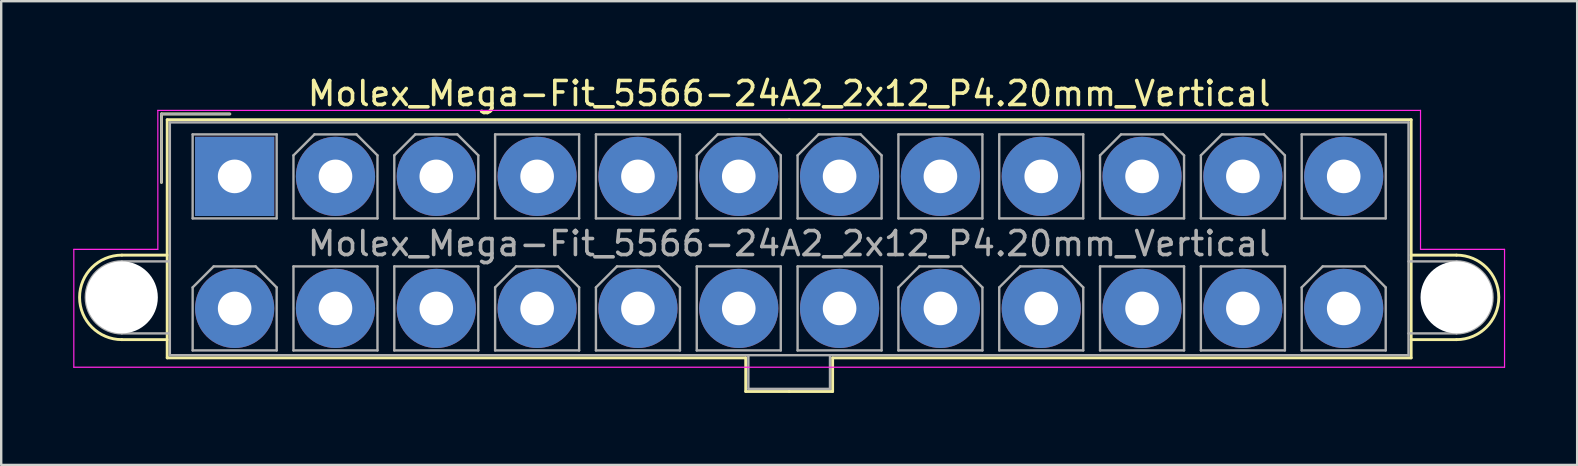
<source format=kicad_pcb>
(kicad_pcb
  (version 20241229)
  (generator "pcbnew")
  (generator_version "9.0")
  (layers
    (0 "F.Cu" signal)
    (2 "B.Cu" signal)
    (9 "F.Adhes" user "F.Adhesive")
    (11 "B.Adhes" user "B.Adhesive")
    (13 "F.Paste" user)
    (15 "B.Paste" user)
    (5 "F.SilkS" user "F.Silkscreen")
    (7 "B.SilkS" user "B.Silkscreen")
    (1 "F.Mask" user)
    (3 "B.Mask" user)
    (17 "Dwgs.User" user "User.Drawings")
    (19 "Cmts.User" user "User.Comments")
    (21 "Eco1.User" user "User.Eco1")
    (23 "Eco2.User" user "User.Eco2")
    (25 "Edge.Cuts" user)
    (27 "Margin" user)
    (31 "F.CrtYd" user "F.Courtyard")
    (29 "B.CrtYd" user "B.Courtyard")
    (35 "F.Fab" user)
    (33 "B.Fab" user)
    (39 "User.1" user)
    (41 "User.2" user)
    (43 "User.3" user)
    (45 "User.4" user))
  (footprint "Molex_Mega-Fit_5566-24A2_2x12_P4.20mm_Vertical"
    (layer "F.Cu")
    (at 6.725 4.298)
    (property "Reference" "Molex_Mega-Fit_5566-24A2_2x12_P4.20mm_Vertical" (at 23.1 -3.45 0) (layer "F.SilkS") (effects (font (size 1 1) (thickness 0.15))))
    (attr through_hole)
    (fp_line (start -4.7 3.28) (end -2.81 3.28) (stroke (width 0.12) (type solid)) (layer "F.SilkS"))
    (fp_line (start -4.7 6.8) (end -2.81 6.8) (stroke (width 0.12) (type solid)) (layer "F.SilkS"))
    (fp_line (start -3.05 -2.6) (end -3.05 0.25) (stroke (width 0.12) (type solid)) (layer "F.SilkS"))
    (fp_line (start -2.81 -2.36) (end -2.81 7.56) (stroke (width 0.12) (type solid)) (layer "F.SilkS"))
    (fp_line (start -2.81 7.56) (end 21.29 7.56) (stroke (width 0.12) (type solid)) (layer "F.SilkS"))
    (fp_line (start -0.2 -2.6) (end -3.05 -2.6) (stroke (width 0.12) (type solid)) (layer "F.SilkS"))
    (fp_line (start 21.29 7.56) (end 21.29 8.96) (stroke (width 0.12) (type solid)) (layer "F.SilkS"))
    (fp_line (start 21.29 8.96) (end 23.1 8.96) (stroke (width 0.12) (type solid)) (layer "F.SilkS"))
    (fp_line (start 23.1 -2.36) (end -2.81 -2.36) (stroke (width 0.12) (type solid)) (layer "F.SilkS"))
    (fp_line (start 23.1 -2.36) (end 49.01 -2.36) (stroke (width 0.12) (type solid)) (layer "F.SilkS"))
    (fp_line (start 24.91 7.56) (end 24.91 8.96) (stroke (width 0.12) (type solid)) (layer "F.SilkS"))
    (fp_line (start 24.91 8.96) (end 23.1 8.96) (stroke (width 0.12) (type solid)) (layer "F.SilkS"))
    (fp_line (start 49.01 -2.36) (end 49.01 7.56) (stroke (width 0.12) (type solid)) (layer "F.SilkS"))
    (fp_line (start 49.01 7.56) (end 24.91 7.56) (stroke (width 0.12) (type solid)) (layer "F.SilkS"))
    (fp_line (start 50.9 3.28) (end 49.01 3.28) (stroke (width 0.12) (type solid)) (layer "F.SilkS"))
    (fp_line (start 50.9 6.8) (end 49.01 6.8) (stroke (width 0.12) (type solid)) (layer "F.SilkS"))
    (fp_arc (start -4.7 6.8) (mid -6.46 5.04) (end -4.7 3.28) (stroke (width 0.12) (type solid)) (layer "F.SilkS"))
    (fp_arc (start 50.9 3.28) (mid 52.66 5.04) (end 50.9 6.8) (stroke (width 0.12) (type solid)) (layer "F.SilkS"))
    (fp_line (start -6.7 3.04) (end -6.7 7.95) (stroke (width 0.05) (type solid)) (layer "F.CrtYd"))
    (fp_line (start -6.7 7.95) (end 52.9 7.95) (stroke (width 0.05) (type solid)) (layer "F.CrtYd"))
    (fp_line (start -3.2 -2.75) (end -3.2 3.04) (stroke (width 0.05) (type solid)) (layer "F.CrtYd"))
    (fp_line (start -3.2 3.04) (end -6.7 3.04) (stroke (width 0.05) (type solid)) (layer "F.CrtYd"))
    (fp_line (start 49.4 -2.75) (end -3.2 -2.75) (stroke (width 0.05) (type solid)) (layer "F.CrtYd"))
    (fp_line (start 49.4 3.04) (end 49.4 -2.75) (stroke (width 0.05) (type solid)) (layer "F.CrtYd"))
    (fp_line (start 52.9 3.04) (end 49.4 3.04) (stroke (width 0.05) (type solid)) (layer "F.CrtYd"))
    (fp_line (start 52.9 7.95) (end 52.9 3.04) (stroke (width 0.05) (type solid)) (layer "F.CrtYd"))
    (fp_line (start -4.7 3.54) (end -2.7 3.54) (stroke (width 0.1) (type solid)) (layer "F.Fab"))
    (fp_line (start -4.7 6.54) (end -2.7 6.54) (stroke (width 0.1) (type solid)) (layer "F.Fab"))
    (fp_line (start -3.05 -2.6) (end -3.05 0.25) (stroke (width 0.1) (type solid)) (layer "F.Fab"))
    (fp_line (start -2.7 -2.25) (end -2.7 7.45) (stroke (width 0.1) (type solid)) (layer "F.Fab"))
    (fp_line (start -2.7 7.45) (end 48.9 7.45) (stroke (width 0.1) (type solid)) (layer "F.Fab"))
    (fp_line (start -1.75 -1.75) (end -1.75 1.75) (stroke (width 0.1) (type solid)) (layer "F.Fab"))
    (fp_line (start -1.75 1.75) (end 1.75 1.75) (stroke (width 0.1) (type solid)) (layer "F.Fab"))
    (fp_line (start -1.75 4.625) (end -0.875 3.75) (stroke (width 0.1) (type solid)) (layer "F.Fab"))
    (fp_line (start -1.75 7.25) (end -1.75 4.625) (stroke (width 0.1) (type solid)) (layer "F.Fab"))
    (fp_line (start -0.875 3.75) (end 0.875 3.75) (stroke (width 0.1) (type solid)) (layer "F.Fab"))
    (fp_line (start -0.2 -2.6) (end -3.05 -2.6) (stroke (width 0.1) (type solid)) (layer "F.Fab"))
    (fp_line (start 0.875 3.75) (end 1.75 4.625) (stroke (width 0.1) (type solid)) (layer "F.Fab"))
    (fp_line (start 1.75 -1.75) (end -1.75 -1.75) (stroke (width 0.1) (type solid)) (layer "F.Fab"))
    (fp_line (start 1.75 1.75) (end 1.75 -1.75) (stroke (width 0.1) (type solid)) (layer "F.Fab"))
    (fp_line (start 1.75 4.625) (end 1.75 7.25) (stroke (width 0.1) (type solid)) (layer "F.Fab"))
    (fp_line (start 1.75 7.25) (end -1.75 7.25) (stroke (width 0.1) (type solid)) (layer "F.Fab"))
    (fp_line (start 2.45 -0.875) (end 3.325 -1.75) (stroke (width 0.1) (type solid)) (layer "F.Fab"))
    (fp_line (start 2.45 1.75) (end 2.45 -0.875) (stroke (width 0.1) (type solid)) (layer "F.Fab"))
    (fp_line (start 2.45 3.75) (end 2.45 7.25) (stroke (width 0.1) (type solid)) (layer "F.Fab"))
    (fp_line (start 2.45 7.25) (end 5.95 7.25) (stroke (width 0.1) (type solid)) (layer "F.Fab"))
    (fp_line (start 3.325 -1.75) (end 5.075 -1.75) (stroke (width 0.1) (type solid)) (layer "F.Fab"))
    (fp_line (start 5.075 -1.75) (end 5.95 -0.875) (stroke (width 0.1) (type solid)) (layer "F.Fab"))
    (fp_line (start 5.95 -0.875) (end 5.95 1.75) (stroke (width 0.1) (type solid)) (layer "F.Fab"))
    (fp_line (start 5.95 1.75) (end 2.45 1.75) (stroke (width 0.1) (type solid)) (layer "F.Fab"))
    (fp_line (start 5.95 3.75) (end 2.45 3.75) (stroke (width 0.1) (type solid)) (layer "F.Fab"))
    (fp_line (start 5.95 7.25) (end 5.95 3.75) (stroke (width 0.1) (type solid)) (layer "F.Fab"))
    (fp_line (start 6.65 -0.875) (end 7.525 -1.75) (stroke (width 0.1) (type solid)) (layer "F.Fab"))
    (fp_line (start 6.65 1.75) (end 6.65 -0.875) (stroke (width 0.1) (type solid)) (layer "F.Fab"))
    (fp_line (start 6.65 3.75) (end 6.65 7.25) (stroke (width 0.1) (type solid)) (layer "F.Fab"))
    (fp_line (start 6.65 7.25) (end 10.15 7.25) (stroke (width 0.1) (type solid)) (layer "F.Fab"))
    (fp_line (start 7.525 -1.75) (end 9.275 -1.75) (stroke (width 0.1) (type solid)) (layer "F.Fab"))
    (fp_line (start 9.275 -1.75) (end 10.15 -0.875) (stroke (width 0.1) (type solid)) (layer "F.Fab"))
    (fp_line (start 10.15 -0.875) (end 10.15 1.75) (stroke (width 0.1) (type solid)) (layer "F.Fab"))
    (fp_line (start 10.15 1.75) (end 6.65 1.75) (stroke (width 0.1) (type solid)) (layer "F.Fab"))
    (fp_line (start 10.15 3.75) (end 6.65 3.75) (stroke (width 0.1) (type solid)) (layer "F.Fab"))
    (fp_line (start 10.15 7.25) (end 10.15 3.75) (stroke (width 0.1) (type solid)) (layer "F.Fab"))
    (fp_line (start 10.85 -1.75) (end 10.85 1.75) (stroke (width 0.1) (type solid)) (layer "F.Fab"))
    (fp_line (start 10.85 1.75) (end 14.35 1.75) (stroke (width 0.1) (type solid)) (layer "F.Fab"))
    (fp_line (start 10.85 4.625) (end 11.725 3.75) (stroke (width 0.1) (type solid)) (layer "F.Fab"))
    (fp_line (start 10.85 7.25) (end 10.85 4.625) (stroke (width 0.1) (type solid)) (layer "F.Fab"))
    (fp_line (start 11.725 3.75) (end 13.475 3.75) (stroke (width 0.1) (type solid)) (layer "F.Fab"))
    (fp_line (start 13.475 3.75) (end 14.35 4.625) (stroke (width 0.1) (type solid)) (layer "F.Fab"))
    (fp_line (start 14.35 -1.75) (end 10.85 -1.75) (stroke (width 0.1) (type solid)) (layer "F.Fab"))
    (fp_line (start 14.35 1.75) (end 14.35 -1.75) (stroke (width 0.1) (type solid)) (layer "F.Fab"))
    (fp_line (start 14.35 4.625) (end 14.35 7.25) (stroke (width 0.1) (type solid)) (layer "F.Fab"))
    (fp_line (start 14.35 7.25) (end 10.85 7.25) (stroke (width 0.1) (type solid)) (layer "F.Fab"))
    (fp_line (start 15.05 -1.75) (end 15.05 1.75) (stroke (width 0.1) (type solid)) (layer "F.Fab"))
    (fp_line (start 15.05 1.75) (end 18.55 1.75) (stroke (width 0.1) (type solid)) (layer "F.Fab"))
    (fp_line (start 15.05 4.625) (end 15.925 3.75) (stroke (width 0.1) (type solid)) (layer "F.Fab"))
    (fp_line (start 15.05 7.25) (end 15.05 4.625) (stroke (width 0.1) (type solid)) (layer "F.Fab"))
    (fp_line (start 15.925 3.75) (end 17.675 3.75) (stroke (width 0.1) (type solid)) (layer "F.Fab"))
    (fp_line (start 17.675 3.75) (end 18.55 4.625) (stroke (width 0.1) (type solid)) (layer "F.Fab"))
    (fp_line (start 18.55 -1.75) (end 15.05 -1.75) (stroke (width 0.1) (type solid)) (layer "F.Fab"))
    (fp_line (start 18.55 1.75) (end 18.55 -1.75) (stroke (width 0.1) (type solid)) (layer "F.Fab"))
    (fp_line (start 18.55 4.625) (end 18.55 7.25) (stroke (width 0.1) (type solid)) (layer "F.Fab"))
    (fp_line (start 18.55 7.25) (end 15.05 7.25) (stroke (width 0.1) (type solid)) (layer "F.Fab"))
    (fp_line (start 19.25 -0.875) (end 20.125 -1.75) (stroke (width 0.1) (type solid)) (layer "F.Fab"))
    (fp_line (start 19.25 1.75) (end 19.25 -0.875) (stroke (width 0.1) (type solid)) (layer "F.Fab"))
    (fp_line (start 19.25 3.75) (end 19.25 7.25) (stroke (width 0.1) (type solid)) (layer "F.Fab"))
    (fp_line (start 19.25 7.25) (end 22.75 7.25) (stroke (width 0.1) (type solid)) (layer "F.Fab"))
    (fp_line (start 20.125 -1.75) (end 21.875 -1.75) (stroke (width 0.1) (type solid)) (layer "F.Fab"))
    (fp_line (start 21.4 7.45) (end 21.4 8.85) (stroke (width 0.1) (type solid)) (layer "F.Fab"))
    (fp_line (start 21.4 8.85) (end 24.8 8.85) (stroke (width 0.1) (type solid)) (layer "F.Fab"))
    (fp_line (start 21.875 -1.75) (end 22.75 -0.875) (stroke (width 0.1) (type solid)) (layer "F.Fab"))
    (fp_line (start 22.75 -0.875) (end 22.75 1.75) (stroke (width 0.1) (type solid)) (layer "F.Fab"))
    (fp_line (start 22.75 1.75) (end 19.25 1.75) (stroke (width 0.1) (type solid)) (layer "F.Fab"))
    (fp_line (start 22.75 3.75) (end 19.25 3.75) (stroke (width 0.1) (type solid)) (layer "F.Fab"))
    (fp_line (start 22.75 7.25) (end 22.75 3.75) (stroke (width 0.1) (type solid)) (layer "F.Fab"))
    (fp_line (start 23.45 -0.875) (end 24.325 -1.75) (stroke (width 0.1) (type solid)) (layer "F.Fab"))
    (fp_line (start 23.45 1.75) (end 23.45 -0.875) (stroke (width 0.1) (type solid)) (layer "F.Fab"))
    (fp_line (start 23.45 3.75) (end 23.45 7.25) (stroke (width 0.1) (type solid)) (layer "F.Fab"))
    (fp_line (start 23.45 7.25) (end 26.95 7.25) (stroke (width 0.1) (type solid)) (layer "F.Fab"))
    (fp_line (start 24.325 -1.75) (end 26.075 -1.75) (stroke (width 0.1) (type solid)) (layer "F.Fab"))
    (fp_line (start 24.8 8.85) (end 24.8 7.45) (stroke (width 0.1) (type solid)) (layer "F.Fab"))
    (fp_line (start 26.075 -1.75) (end 26.95 -0.875) (stroke (width 0.1) (type solid)) (layer "F.Fab"))
    (fp_line (start 26.95 -0.875) (end 26.95 1.75) (stroke (width 0.1) (type solid)) (layer "F.Fab"))
    (fp_line (start 26.95 1.75) (end 23.45 1.75) (stroke (width 0.1) (type solid)) (layer "F.Fab"))
    (fp_line (start 26.95 3.75) (end 23.45 3.75) (stroke (width 0.1) (type solid)) (layer "F.Fab"))
    (fp_line (start 26.95 7.25) (end 26.95 3.75) (stroke (width 0.1) (type solid)) (layer "F.Fab"))
    (fp_line (start 27.65 -1.75) (end 27.65 1.75) (stroke (width 0.1) (type solid)) (layer "F.Fab"))
    (fp_line (start 27.65 1.75) (end 31.15 1.75) (stroke (width 0.1) (type solid)) (layer "F.Fab"))
    (fp_line (start 27.65 4.625) (end 28.525 3.75) (stroke (width 0.1) (type solid)) (layer "F.Fab"))
    (fp_line (start 27.65 7.25) (end 27.65 4.625) (stroke (width 0.1) (type solid)) (layer "F.Fab"))
    (fp_line (start 28.525 3.75) (end 30.275 3.75) (stroke (width 0.1) (type solid)) (layer "F.Fab"))
    (fp_line (start 30.275 3.75) (end 31.15 4.625) (stroke (width 0.1) (type solid)) (layer "F.Fab"))
    (fp_line (start 31.15 -1.75) (end 27.65 -1.75) (stroke (width 0.1) (type solid)) (layer "F.Fab"))
    (fp_line (start 31.15 1.75) (end 31.15 -1.75) (stroke (width 0.1) (type solid)) (layer "F.Fab"))
    (fp_line (start 31.15 4.625) (end 31.15 7.25) (stroke (width 0.1) (type solid)) (layer "F.Fab"))
    (fp_line (start 31.15 7.25) (end 27.65 7.25) (stroke (width 0.1) (type solid)) (layer "F.Fab"))
    (fp_line (start 31.85 -1.75) (end 31.85 1.75) (stroke (width 0.1) (type solid)) (layer "F.Fab"))
    (fp_line (start 31.85 1.75) (end 35.35 1.75) (stroke (width 0.1) (type solid)) (layer "F.Fab"))
    (fp_line (start 31.85 4.625) (end 32.725 3.75) (stroke (width 0.1) (type solid)) (layer "F.Fab"))
    (fp_line (start 31.85 7.25) (end 31.85 4.625) (stroke (width 0.1) (type solid)) (layer "F.Fab"))
    (fp_line (start 32.725 3.75) (end 34.475 3.75) (stroke (width 0.1) (type solid)) (layer "F.Fab"))
    (fp_line (start 34.475 3.75) (end 35.35 4.625) (stroke (width 0.1) (type solid)) (layer "F.Fab"))
    (fp_line (start 35.35 -1.75) (end 31.85 -1.75) (stroke (width 0.1) (type solid)) (layer "F.Fab"))
    (fp_line (start 35.35 1.75) (end 35.35 -1.75) (stroke (width 0.1) (type solid)) (layer "F.Fab"))
    (fp_line (start 35.35 4.625) (end 35.35 7.25) (stroke (width 0.1) (type solid)) (layer "F.Fab"))
    (fp_line (start 35.35 7.25) (end 31.85 7.25) (stroke (width 0.1) (type solid)) (layer "F.Fab"))
    (fp_line (start 36.05 -0.875) (end 36.925 -1.75) (stroke (width 0.1) (type solid)) (layer "F.Fab"))
    (fp_line (start 36.05 1.75) (end 36.05 -0.875) (stroke (width 0.1) (type solid)) (layer "F.Fab"))
    (fp_line (start 36.05 3.75) (end 36.05 7.25) (stroke (width 0.1) (type solid)) (layer "F.Fab"))
    (fp_line (start 36.05 7.25) (end 39.55 7.25) (stroke (width 0.1) (type solid)) (layer "F.Fab"))
    (fp_line (start 36.925 -1.75) (end 38.675 -1.75) (stroke (width 0.1) (type solid)) (layer "F.Fab"))
    (fp_line (start 38.675 -1.75) (end 39.55 -0.875) (stroke (width 0.1) (type solid)) (layer "F.Fab"))
    (fp_line (start 39.55 -0.875) (end 39.55 1.75) (stroke (width 0.1) (type solid)) (layer "F.Fab"))
    (fp_line (start 39.55 1.75) (end 36.05 1.75) (stroke (width 0.1) (type solid)) (layer "F.Fab"))
    (fp_line (start 39.55 3.75) (end 36.05 3.75) (stroke (width 0.1) (type solid)) (layer "F.Fab"))
    (fp_line (start 39.55 7.25) (end 39.55 3.75) (stroke (width 0.1) (type solid)) (layer "F.Fab"))
    (fp_line (start 40.25 -0.875) (end 41.125 -1.75) (stroke (width 0.1) (type solid)) (layer "F.Fab"))
    (fp_line (start 40.25 1.75) (end 40.25 -0.875) (stroke (width 0.1) (type solid)) (layer "F.Fab"))
    (fp_line (start 40.25 3.75) (end 40.25 7.25) (stroke (width 0.1) (type solid)) (layer "F.Fab"))
    (fp_line (start 40.25 7.25) (end 43.75 7.25) (stroke (width 0.1) (type solid)) (layer "F.Fab"))
    (fp_line (start 41.125 -1.75) (end 42.875 -1.75) (stroke (width 0.1) (type solid)) (layer "F.Fab"))
    (fp_line (start 42.875 -1.75) (end 43.75 -0.875) (stroke (width 0.1) (type solid)) (layer "F.Fab"))
    (fp_line (start 43.75 -0.875) (end 43.75 1.75) (stroke (width 0.1) (type solid)) (layer "F.Fab"))
    (fp_line (start 43.75 1.75) (end 40.25 1.75) (stroke (width 0.1) (type solid)) (layer "F.Fab"))
    (fp_line (start 43.75 3.75) (end 40.25 3.75) (stroke (width 0.1) (type solid)) (layer "F.Fab"))
    (fp_line (start 43.75 7.25) (end 43.75 3.75) (stroke (width 0.1) (type solid)) (layer "F.Fab"))
    (fp_line (start 44.45 -1.75) (end 44.45 1.75) (stroke (width 0.1) (type solid)) (layer "F.Fab"))
    (fp_line (start 44.45 1.75) (end 47.95 1.75) (stroke (width 0.1) (type solid)) (layer "F.Fab"))
    (fp_line (start 44.45 4.625) (end 45.325 3.75) (stroke (width 0.1) (type solid)) (layer "F.Fab"))
    (fp_line (start 44.45 7.25) (end 44.45 4.625) (stroke (width 0.1) (type solid)) (layer "F.Fab"))
    (fp_line (start 45.325 3.75) (end 47.075 3.75) (stroke (width 0.1) (type solid)) (layer "F.Fab"))
    (fp_line (start 47.075 3.75) (end 47.95 4.625) (stroke (width 0.1) (type solid)) (layer "F.Fab"))
    (fp_line (start 47.95 -1.75) (end 44.45 -1.75) (stroke (width 0.1) (type solid)) (layer "F.Fab"))
    (fp_line (start 47.95 1.75) (end 47.95 -1.75) (stroke (width 0.1) (type solid)) (layer "F.Fab"))
    (fp_line (start 47.95 4.625) (end 47.95 7.25) (stroke (width 0.1) (type solid)) (layer "F.Fab"))
    (fp_line (start 47.95 7.25) (end 44.45 7.25) (stroke (width 0.1) (type solid)) (layer "F.Fab"))
    (fp_line (start 48.9 -2.25) (end -2.7 -2.25) (stroke (width 0.1) (type solid)) (layer "F.Fab"))
    (fp_line (start 48.9 7.45) (end 48.9 -2.25) (stroke (width 0.1) (type solid)) (layer "F.Fab"))
    (fp_line (start 50.9 3.54) (end 48.9 3.54) (stroke (width 0.1) (type solid)) (layer "F.Fab"))
    (fp_line (start 50.9 6.54) (end 48.9 6.54) (stroke (width 0.1) (type solid)) (layer "F.Fab"))
    (fp_arc (start -4.7 6.54) (mid -6.2 5.04) (end -4.7 3.54) (stroke (width 0.1) (type solid)) (layer "F.Fab"))
    (fp_arc (start 50.9 3.54) (mid 52.4 5.04) (end 50.9 6.54) (stroke (width 0.1) (type solid)) (layer "F.Fab"))
    (fp_text user "${REFERENCE}" (at 23.1 2.8 0) (layer "F.Fab") (effects (font (size 1 1) (thickness 0.15))))
    (pad "" np_thru_hole circle (at -4.7 5.04) (size 3 3) (drill 3) (layers "*.Cu" "*.Mask"))
    (pad "" np_thru_hole circle (at 50.9 5.04) (size 3 3) (drill 3) (layers "*.Cu" "*.Mask"))
    (pad "1" thru_hole rect (at 0 0) (size 3.3 3.3) (drill 1.4) (layers "*.Cu" "*.Mask"))
    (pad "2" thru_hole circle (at 4.2 0) (size 3.3 3.3) (drill 1.4) (layers "*.Cu" "*.Mask"))
    (pad "3" thru_hole circle (at 8.4 0) (size 3.3 3.3) (drill 1.4) (layers "*.Cu" "*.Mask"))
    (pad "4" thru_hole circle (at 12.6 0) (size 3.3 3.3) (drill 1.4) (layers "*.Cu" "*.Mask"))
    (pad "5" thru_hole circle (at 16.8 0) (size 3.3 3.3) (drill 1.4) (layers "*.Cu" "*.Mask"))
    (pad "6" thru_hole circle (at 21 0) (size 3.3 3.3) (drill 1.4) (layers "*.Cu" "*.Mask"))
    (pad "7" thru_hole circle (at 25.2 0) (size 3.3 3.3) (drill 1.4) (layers "*.Cu" "*.Mask"))
    (pad "8" thru_hole circle (at 29.4 0) (size 3.3 3.3) (drill 1.4) (layers "*.Cu" "*.Mask"))
    (pad "9" thru_hole circle (at 33.6 0) (size 3.3 3.3) (drill 1.4) (layers "*.Cu" "*.Mask"))
    (pad "10" thru_hole circle (at 37.8 0) (size 3.3 3.3) (drill 1.4) (layers "*.Cu" "*.Mask"))
    (pad "11" thru_hole circle (at 42 0) (size 3.3 3.3) (drill 1.4) (layers "*.Cu" "*.Mask"))
    (pad "12" thru_hole circle (at 46.2 0) (size 3.3 3.3) (drill 1.4) (layers "*.Cu" "*.Mask"))
    (pad "13" thru_hole circle (at 0 5.5) (size 3.3 3.3) (drill 1.4) (layers "*.Cu" "*.Mask"))
    (pad "14" thru_hole circle (at 4.2 5.5) (size 3.3 3.3) (drill 1.4) (layers "*.Cu" "*.Mask"))
    (pad "15" thru_hole circle (at 8.4 5.5) (size 3.3 3.3) (drill 1.4) (layers "*.Cu" "*.Mask"))
    (pad "16" thru_hole circle (at 12.6 5.5) (size 3.3 3.3) (drill 1.4) (layers "*.Cu" "*.Mask"))
    (pad "17" thru_hole circle (at 16.8 5.5) (size 3.3 3.3) (drill 1.4) (layers "*.Cu" "*.Mask"))
    (pad "18" thru_hole circle (at 21 5.5) (size 3.3 3.3) (drill 1.4) (layers "*.Cu" "*.Mask"))
    (pad "19" thru_hole circle (at 25.2 5.5) (size 3.3 3.3) (drill 1.4) (layers "*.Cu" "*.Mask"))
    (pad "20" thru_hole circle (at 29.4 5.5) (size 3.3 3.3) (drill 1.4) (layers "*.Cu" "*.Mask"))
    (pad "21" thru_hole circle (at 33.6 5.5) (size 3.3 3.3) (drill 1.4) (layers "*.Cu" "*.Mask"))
    (pad "22" thru_hole circle (at 37.8 5.5) (size 3.3 3.3) (drill 1.4) (layers "*.Cu" "*.Mask"))
    (pad "23" thru_hole circle (at 42 5.5) (size 3.3 3.3) (drill 1.4) (layers "*.Cu" "*.Mask"))
    (pad "24" thru_hole circle (at 46.2 5.5) (size 3.3 3.3) (drill 1.4) (layers "*.Cu" "*.Mask")))
  (gr_rect
    (start -3 -3)
    (end 62.65 16.318)
    (stroke (width 0.1) (type default))
    (fill no)
    (layer "Edge.Cuts")))
</source>
